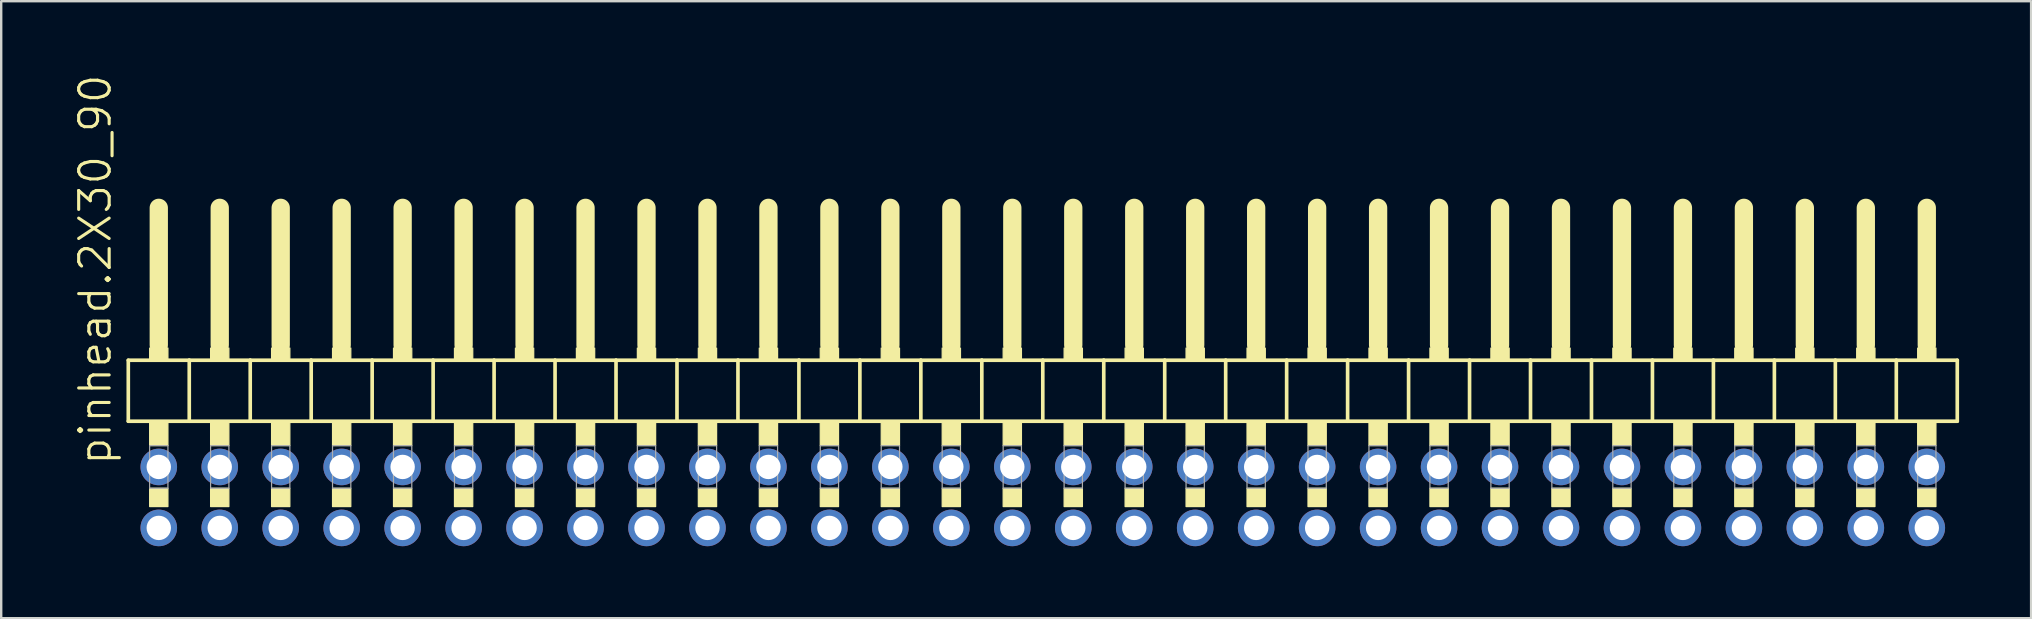
<source format=kicad_pcb>
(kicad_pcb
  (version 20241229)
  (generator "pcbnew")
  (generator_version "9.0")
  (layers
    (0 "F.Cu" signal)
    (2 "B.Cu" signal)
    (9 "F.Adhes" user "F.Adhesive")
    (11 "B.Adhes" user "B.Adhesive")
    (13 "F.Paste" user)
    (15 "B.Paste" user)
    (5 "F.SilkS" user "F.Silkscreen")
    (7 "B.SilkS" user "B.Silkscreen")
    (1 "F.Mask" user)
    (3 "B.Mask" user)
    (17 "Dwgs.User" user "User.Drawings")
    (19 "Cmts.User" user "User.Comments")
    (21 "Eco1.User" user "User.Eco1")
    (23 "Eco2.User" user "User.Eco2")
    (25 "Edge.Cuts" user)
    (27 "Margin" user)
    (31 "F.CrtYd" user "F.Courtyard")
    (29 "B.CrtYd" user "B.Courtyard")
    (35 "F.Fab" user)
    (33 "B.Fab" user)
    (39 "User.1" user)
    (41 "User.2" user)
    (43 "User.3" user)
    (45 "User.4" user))
  (footprint "pinhead.2X30_90"
    (layer "F.Cu")
    (at 40.395 12.594)
    (property "Reference" "pinhead.2X30_90" (at -38.735 3.81 90) (layer "F.SilkS") (effects (font (size 1.27 1.27) (thickness 0.13)) (justify left bottom)))
    (attr through_hole)
    (fp_line (start -38.1 -0.635) (end -38.1 1.905) (stroke (width 0.152) (type default)) (layer "F.SilkS"))
    (fp_line (start -38.1 1.905) (end -35.56 1.905) (stroke (width 0.152) (type default)) (layer "F.SilkS"))
    (fp_line (start -36.83 -6.985) (end -36.83 -1.27) (stroke (width 0.762) (type default)) (layer "F.SilkS"))
    (fp_line (start -35.56 -0.635) (end -38.1 -0.635) (stroke (width 0.152) (type default)) (layer "F.SilkS"))
    (fp_line (start -35.56 1.905) (end -35.56 -0.635) (stroke (width 0.152) (type default)) (layer "F.SilkS"))
    (fp_line (start -35.56 1.905) (end -33.02 1.905) (stroke (width 0.152) (type default)) (layer "F.SilkS"))
    (fp_line (start -34.29 -6.985) (end -34.29 -1.27) (stroke (width 0.762) (type default)) (layer "F.SilkS"))
    (fp_line (start -33.02 -0.635) (end -35.56 -0.635) (stroke (width 0.152) (type default)) (layer "F.SilkS"))
    (fp_line (start -33.02 1.905) (end -33.02 -0.635) (stroke (width 0.152) (type default)) (layer "F.SilkS"))
    (fp_line (start -33.02 1.905) (end -30.48 1.905) (stroke (width 0.152) (type default)) (layer "F.SilkS"))
    (fp_line (start -31.75 -6.985) (end -31.75 -1.27) (stroke (width 0.762) (type default)) (layer "F.SilkS"))
    (fp_line (start -30.48 -0.635) (end -33.02 -0.635) (stroke (width 0.152) (type default)) (layer "F.SilkS"))
    (fp_line (start -30.48 1.905) (end -30.48 -0.635) (stroke (width 0.152) (type default)) (layer "F.SilkS"))
    (fp_line (start -30.48 1.905) (end -27.94 1.905) (stroke (width 0.152) (type default)) (layer "F.SilkS"))
    (fp_line (start -29.21 -6.985) (end -29.21 -1.27) (stroke (width 0.762) (type default)) (layer "F.SilkS"))
    (fp_line (start -27.94 -0.635) (end -30.48 -0.635) (stroke (width 0.152) (type default)) (layer "F.SilkS"))
    (fp_line (start -27.94 1.905) (end -27.94 -0.635) (stroke (width 0.152) (type default)) (layer "F.SilkS"))
    (fp_line (start -27.94 1.905) (end -25.4 1.905) (stroke (width 0.152) (type default)) (layer "F.SilkS"))
    (fp_line (start -26.67 -6.985) (end -26.67 -1.27) (stroke (width 0.762) (type default)) (layer "F.SilkS"))
    (fp_line (start -25.4 -0.635) (end -27.94 -0.635) (stroke (width 0.152) (type default)) (layer "F.SilkS"))
    (fp_line (start -25.4 1.905) (end -25.4 -0.635) (stroke (width 0.152) (type default)) (layer "F.SilkS"))
    (fp_line (start -25.4 1.905) (end -22.86 1.905) (stroke (width 0.152) (type default)) (layer "F.SilkS"))
    (fp_line (start -24.13 -6.985) (end -24.13 -1.27) (stroke (width 0.762) (type default)) (layer "F.SilkS"))
    (fp_line (start -22.86 -0.635) (end -25.4 -0.635) (stroke (width 0.152) (type default)) (layer "F.SilkS"))
    (fp_line (start -22.86 1.905) (end -22.86 -0.635) (stroke (width 0.152) (type default)) (layer "F.SilkS"))
    (fp_line (start -22.86 1.905) (end -20.32 1.905) (stroke (width 0.152) (type default)) (layer "F.SilkS"))
    (fp_line (start -21.59 -6.985) (end -21.59 -1.27) (stroke (width 0.762) (type default)) (layer "F.SilkS"))
    (fp_line (start -20.32 -0.635) (end -22.86 -0.635) (stroke (width 0.152) (type default)) (layer "F.SilkS"))
    (fp_line (start -20.32 1.905) (end -20.32 -0.635) (stroke (width 0.152) (type default)) (layer "F.SilkS"))
    (fp_line (start -20.32 1.905) (end -17.78 1.905) (stroke (width 0.152) (type default)) (layer "F.SilkS"))
    (fp_line (start -19.05 -6.985) (end -19.05 -1.27) (stroke (width 0.762) (type default)) (layer "F.SilkS"))
    (fp_line (start -17.78 -0.635) (end -20.32 -0.635) (stroke (width 0.152) (type default)) (layer "F.SilkS"))
    (fp_line (start -17.78 1.905) (end -17.78 -0.635) (stroke (width 0.152) (type default)) (layer "F.SilkS"))
    (fp_line (start -17.78 1.905) (end -15.24 1.905) (stroke (width 0.152) (type default)) (layer "F.SilkS"))
    (fp_line (start -16.51 -6.985) (end -16.51 -1.27) (stroke (width 0.762) (type default)) (layer "F.SilkS"))
    (fp_line (start -15.24 -0.635) (end -17.78 -0.635) (stroke (width 0.152) (type default)) (layer "F.SilkS"))
    (fp_line (start -15.24 1.905) (end -15.24 -0.635) (stroke (width 0.152) (type default)) (layer "F.SilkS"))
    (fp_line (start -15.24 1.905) (end -12.7 1.905) (stroke (width 0.152) (type default)) (layer "F.SilkS"))
    (fp_line (start -13.97 -6.985) (end -13.97 -1.27) (stroke (width 0.762) (type default)) (layer "F.SilkS"))
    (fp_line (start -12.7 -0.635) (end -15.24 -0.635) (stroke (width 0.152) (type default)) (layer "F.SilkS"))
    (fp_line (start -12.7 1.905) (end -12.7 -0.635) (stroke (width 0.152) (type default)) (layer "F.SilkS"))
    (fp_line (start -12.7 1.905) (end -10.16 1.905) (stroke (width 0.152) (type default)) (layer "F.SilkS"))
    (fp_line (start -11.43 -6.985) (end -11.43 -1.27) (stroke (width 0.762) (type default)) (layer "F.SilkS"))
    (fp_line (start -10.16 -0.635) (end -12.7 -0.635) (stroke (width 0.152) (type default)) (layer "F.SilkS"))
    (fp_line (start -10.16 1.905) (end -10.16 -0.635) (stroke (width 0.152) (type default)) (layer "F.SilkS"))
    (fp_line (start -10.16 1.905) (end -7.62 1.905) (stroke (width 0.152) (type default)) (layer "F.SilkS"))
    (fp_line (start -8.89 -6.985) (end -8.89 -1.27) (stroke (width 0.762) (type default)) (layer "F.SilkS"))
    (fp_line (start -7.62 -0.635) (end -10.16 -0.635) (stroke (width 0.152) (type default)) (layer "F.SilkS"))
    (fp_line (start -7.62 1.905) (end -7.62 -0.635) (stroke (width 0.152) (type default)) (layer "F.SilkS"))
    (fp_line (start -7.62 1.905) (end -5.08 1.905) (stroke (width 0.152) (type default)) (layer "F.SilkS"))
    (fp_line (start -6.35 -6.985) (end -6.35 -1.27) (stroke (width 0.762) (type default)) (layer "F.SilkS"))
    (fp_line (start -5.08 -0.635) (end -7.62 -0.635) (stroke (width 0.152) (type default)) (layer "F.SilkS"))
    (fp_line (start -5.08 1.905) (end -5.08 -0.635) (stroke (width 0.152) (type default)) (layer "F.SilkS"))
    (fp_line (start -5.08 1.905) (end -2.54 1.905) (stroke (width 0.152) (type default)) (layer "F.SilkS"))
    (fp_line (start -3.81 -6.985) (end -3.81 -1.27) (stroke (width 0.762) (type default)) (layer "F.SilkS"))
    (fp_line (start -2.54 -0.635) (end -5.08 -0.635) (stroke (width 0.152) (type default)) (layer "F.SilkS"))
    (fp_line (start -2.54 1.905) (end -2.54 -0.635) (stroke (width 0.152) (type default)) (layer "F.SilkS"))
    (fp_line (start -2.54 1.905) (end 0 1.905) (stroke (width 0.152) (type default)) (layer "F.SilkS"))
    (fp_line (start -1.27 -6.985) (end -1.27 -1.27) (stroke (width 0.762) (type default)) (layer "F.SilkS"))
    (fp_line (start 0 -0.635) (end -2.54 -0.635) (stroke (width 0.152) (type default)) (layer "F.SilkS"))
    (fp_line (start 0 1.905) (end 0 -0.635) (stroke (width 0.152) (type default)) (layer "F.SilkS"))
    (fp_line (start 0 1.905) (end 2.54 1.905) (stroke (width 0.152) (type default)) (layer "F.SilkS"))
    (fp_line (start 1.27 -6.985) (end 1.27 -1.27) (stroke (width 0.762) (type default)) (layer "F.SilkS"))
    (fp_line (start 2.54 -0.635) (end 0 -0.635) (stroke (width 0.152) (type default)) (layer "F.SilkS"))
    (fp_line (start 2.54 1.905) (end 2.54 -0.635) (stroke (width 0.152) (type default)) (layer "F.SilkS"))
    (fp_line (start 2.54 1.905) (end 5.08 1.905) (stroke (width 0.152) (type default)) (layer "F.SilkS"))
    (fp_line (start 3.81 -6.985) (end 3.81 -1.27) (stroke (width 0.762) (type default)) (layer "F.SilkS"))
    (fp_line (start 5.08 -0.635) (end 2.54 -0.635) (stroke (width 0.152) (type default)) (layer "F.SilkS"))
    (fp_line (start 5.08 1.905) (end 5.08 -0.635) (stroke (width 0.152) (type default)) (layer "F.SilkS"))
    (fp_line (start 5.08 1.905) (end 7.62 1.905) (stroke (width 0.152) (type default)) (layer "F.SilkS"))
    (fp_line (start 6.35 -6.985) (end 6.35 -1.27) (stroke (width 0.762) (type default)) (layer "F.SilkS"))
    (fp_line (start 7.62 -0.635) (end 5.08 -0.635) (stroke (width 0.152) (type default)) (layer "F.SilkS"))
    (fp_line (start 7.62 1.905) (end 7.62 -0.635) (stroke (width 0.152) (type default)) (layer "F.SilkS"))
    (fp_line (start 7.62 1.905) (end 10.16 1.905) (stroke (width 0.152) (type default)) (layer "F.SilkS"))
    (fp_line (start 8.89 -6.985) (end 8.89 -1.27) (stroke (width 0.762) (type default)) (layer "F.SilkS"))
    (fp_line (start 10.16 -0.635) (end 7.62 -0.635) (stroke (width 0.152) (type default)) (layer "F.SilkS"))
    (fp_line (start 10.16 1.905) (end 10.16 -0.635) (stroke (width 0.152) (type default)) (layer "F.SilkS"))
    (fp_line (start 10.16 1.905) (end 12.7 1.905) (stroke (width 0.152) (type default)) (layer "F.SilkS"))
    (fp_line (start 11.43 -6.985) (end 11.43 -1.27) (stroke (width 0.762) (type default)) (layer "F.SilkS"))
    (fp_line (start 12.7 -0.635) (end 10.16 -0.635) (stroke (width 0.152) (type default)) (layer "F.SilkS"))
    (fp_line (start 12.7 1.905) (end 12.7 -0.635) (stroke (width 0.152) (type default)) (layer "F.SilkS"))
    (fp_line (start 12.7 1.905) (end 15.24 1.905) (stroke (width 0.152) (type default)) (layer "F.SilkS"))
    (fp_line (start 13.97 -6.985) (end 13.97 -1.27) (stroke (width 0.762) (type default)) (layer "F.SilkS"))
    (fp_line (start 15.24 -0.635) (end 12.7 -0.635) (stroke (width 0.152) (type default)) (layer "F.SilkS"))
    (fp_line (start 15.24 1.905) (end 15.24 -0.635) (stroke (width 0.152) (type default)) (layer "F.SilkS"))
    (fp_line (start 15.24 1.905) (end 17.78 1.905) (stroke (width 0.152) (type default)) (layer "F.SilkS"))
    (fp_line (start 16.51 -6.985) (end 16.51 -1.27) (stroke (width 0.762) (type default)) (layer "F.SilkS"))
    (fp_line (start 17.78 -0.635) (end 15.24 -0.635) (stroke (width 0.152) (type default)) (layer "F.SilkS"))
    (fp_line (start 17.78 1.905) (end 17.78 -0.635) (stroke (width 0.152) (type default)) (layer "F.SilkS"))
    (fp_line (start 17.78 1.905) (end 20.32 1.905) (stroke (width 0.152) (type default)) (layer "F.SilkS"))
    (fp_line (start 19.05 -6.985) (end 19.05 -1.27) (stroke (width 0.762) (type default)) (layer "F.SilkS"))
    (fp_line (start 20.32 -0.635) (end 17.78 -0.635) (stroke (width 0.152) (type default)) (layer "F.SilkS"))
    (fp_line (start 20.32 1.905) (end 20.32 -0.635) (stroke (width 0.152) (type default)) (layer "F.SilkS"))
    (fp_line (start 20.32 1.905) (end 22.86 1.905) (stroke (width 0.152) (type default)) (layer "F.SilkS"))
    (fp_line (start 21.59 -6.985) (end 21.59 -1.27) (stroke (width 0.762) (type default)) (layer "F.SilkS"))
    (fp_line (start 22.86 -0.635) (end 20.32 -0.635) (stroke (width 0.152) (type default)) (layer "F.SilkS"))
    (fp_line (start 22.86 1.905) (end 22.86 -0.635) (stroke (width 0.152) (type default)) (layer "F.SilkS"))
    (fp_line (start 22.86 1.905) (end 25.4 1.905) (stroke (width 0.152) (type default)) (layer "F.SilkS"))
    (fp_line (start 24.13 -6.985) (end 24.13 -1.27) (stroke (width 0.762) (type default)) (layer "F.SilkS"))
    (fp_line (start 25.4 -0.635) (end 22.86 -0.635) (stroke (width 0.152) (type default)) (layer "F.SilkS"))
    (fp_line (start 25.4 1.905) (end 25.4 -0.635) (stroke (width 0.152) (type default)) (layer "F.SilkS"))
    (fp_line (start 25.4 1.905) (end 27.94 1.905) (stroke (width 0.152) (type default)) (layer "F.SilkS"))
    (fp_line (start 26.67 -6.985) (end 26.67 -1.27) (stroke (width 0.762) (type default)) (layer "F.SilkS"))
    (fp_line (start 27.94 -0.635) (end 25.4 -0.635) (stroke (width 0.152) (type default)) (layer "F.SilkS"))
    (fp_line (start 27.94 1.905) (end 27.94 -0.635) (stroke (width 0.152) (type default)) (layer "F.SilkS"))
    (fp_line (start 27.94 1.905) (end 30.48 1.905) (stroke (width 0.152) (type default)) (layer "F.SilkS"))
    (fp_line (start 29.21 -6.985) (end 29.21 -1.27) (stroke (width 0.762) (type default)) (layer "F.SilkS"))
    (fp_line (start 30.48 -0.635) (end 27.94 -0.635) (stroke (width 0.152) (type default)) (layer "F.SilkS"))
    (fp_line (start 30.48 1.905) (end 30.48 -0.635) (stroke (width 0.152) (type default)) (layer "F.SilkS"))
    (fp_line (start 30.48 1.905) (end 33.02 1.905) (stroke (width 0.152) (type default)) (layer "F.SilkS"))
    (fp_line (start 31.75 -6.985) (end 31.75 -1.27) (stroke (width 0.762) (type default)) (layer "F.SilkS"))
    (fp_line (start 33.02 -0.635) (end 30.48 -0.635) (stroke (width 0.152) (type default)) (layer "F.SilkS"))
    (fp_line (start 33.02 1.905) (end 33.02 -0.635) (stroke (width 0.152) (type default)) (layer "F.SilkS"))
    (fp_line (start 33.02 1.905) (end 35.56 1.905) (stroke (width 0.152) (type default)) (layer "F.SilkS"))
    (fp_line (start 34.29 -6.985) (end 34.29 -1.27) (stroke (width 0.762) (type default)) (layer "F.SilkS"))
    (fp_line (start 35.56 -0.635) (end 33.02 -0.635) (stroke (width 0.152) (type default)) (layer "F.SilkS"))
    (fp_line (start 35.56 1.905) (end 35.56 -0.635) (stroke (width 0.152) (type default)) (layer "F.SilkS"))
    (fp_line (start 35.56 1.905) (end 38.1 1.905) (stroke (width 0.152) (type default)) (layer "F.SilkS"))
    (fp_line (start 36.83 -6.985) (end 36.83 -1.27) (stroke (width 0.762) (type default)) (layer "F.SilkS"))
    (fp_line (start 38.1 -0.635) (end 35.56 -0.635) (stroke (width 0.152) (type default)) (layer "F.SilkS"))
    (fp_line (start 38.1 1.905) (end 38.1 -0.635) (stroke (width 0.152) (type default)) (layer "F.SilkS"))
    (fp_rect (start -37.211 -0.635) (end -36.449 -1.143) (stroke (width 0.05) (type default)) (fill yes) (layer "F.SilkS"))
    (fp_rect (start -37.211 2.921) (end -36.449 1.905) (stroke (width 0.05) (type default)) (fill yes) (layer "F.SilkS"))
    (fp_rect (start -37.211 5.461) (end -36.449 4.699) (stroke (width 0.05) (type default)) (fill yes) (layer "F.SilkS"))
    (fp_rect (start -34.671 -0.635) (end -33.909 -1.143) (stroke (width 0.05) (type default)) (fill yes) (layer "F.SilkS"))
    (fp_rect (start -34.671 2.921) (end -33.909 1.905) (stroke (width 0.05) (type default)) (fill yes) (layer "F.SilkS"))
    (fp_rect (start -34.671 5.461) (end -33.909 4.699) (stroke (width 0.05) (type default)) (fill yes) (layer "F.SilkS"))
    (fp_rect (start -32.131 -0.635) (end -31.369 -1.143) (stroke (width 0.05) (type default)) (fill yes) (layer "F.SilkS"))
    (fp_rect (start -32.131 2.921) (end -31.369 1.905) (stroke (width 0.05) (type default)) (fill yes) (layer "F.SilkS"))
    (fp_rect (start -32.131 5.461) (end -31.369 4.699) (stroke (width 0.05) (type default)) (fill yes) (layer "F.SilkS"))
    (fp_rect (start -29.591 -0.635) (end -28.829 -1.143) (stroke (width 0.05) (type default)) (fill yes) (layer "F.SilkS"))
    (fp_rect (start -29.591 2.921) (end -28.829 1.905) (stroke (width 0.05) (type default)) (fill yes) (layer "F.SilkS"))
    (fp_rect (start -29.591 5.461) (end -28.829 4.699) (stroke (width 0.05) (type default)) (fill yes) (layer "F.SilkS"))
    (fp_rect (start -27.051 -0.635) (end -26.289 -1.143) (stroke (width 0.05) (type default)) (fill yes) (layer "F.SilkS"))
    (fp_rect (start -27.051 2.921) (end -26.289 1.905) (stroke (width 0.05) (type default)) (fill yes) (layer "F.SilkS"))
    (fp_rect (start -27.051 5.461) (end -26.289 4.699) (stroke (width 0.05) (type default)) (fill yes) (layer "F.SilkS"))
    (fp_rect (start -24.511 -0.635) (end -23.749 -1.143) (stroke (width 0.05) (type default)) (fill yes) (layer "F.SilkS"))
    (fp_rect (start -24.511 2.921) (end -23.749 1.905) (stroke (width 0.05) (type default)) (fill yes) (layer "F.SilkS"))
    (fp_rect (start -24.511 5.461) (end -23.749 4.699) (stroke (width 0.05) (type default)) (fill yes) (layer "F.SilkS"))
    (fp_rect (start -21.971 -0.635) (end -21.209 -1.143) (stroke (width 0.05) (type default)) (fill yes) (layer "F.SilkS"))
    (fp_rect (start -21.971 2.921) (end -21.209 1.905) (stroke (width 0.05) (type default)) (fill yes) (layer "F.SilkS"))
    (fp_rect (start -21.971 5.461) (end -21.209 4.699) (stroke (width 0.05) (type default)) (fill yes) (layer "F.SilkS"))
    (fp_rect (start -19.431 -0.635) (end -18.669 -1.143) (stroke (width 0.05) (type default)) (fill yes) (layer "F.SilkS"))
    (fp_rect (start -19.431 2.921) (end -18.669 1.905) (stroke (width 0.05) (type default)) (fill yes) (layer "F.SilkS"))
    (fp_rect (start -19.431 5.461) (end -18.669 4.699) (stroke (width 0.05) (type default)) (fill yes) (layer "F.SilkS"))
    (fp_rect (start -16.891 -0.635) (end -16.129 -1.143) (stroke (width 0.05) (type default)) (fill yes) (layer "F.SilkS"))
    (fp_rect (start -16.891 2.921) (end -16.129 1.905) (stroke (width 0.05) (type default)) (fill yes) (layer "F.SilkS"))
    (fp_rect (start -16.891 5.461) (end -16.129 4.699) (stroke (width 0.05) (type default)) (fill yes) (layer "F.SilkS"))
    (fp_rect (start -14.351 -0.635) (end -13.589 -1.143) (stroke (width 0.05) (type default)) (fill yes) (layer "F.SilkS"))
    (fp_rect (start -14.351 2.921) (end -13.589 1.905) (stroke (width 0.05) (type default)) (fill yes) (layer "F.SilkS"))
    (fp_rect (start -14.351 5.461) (end -13.589 4.699) (stroke (width 0.05) (type default)) (fill yes) (layer "F.SilkS"))
    (fp_rect (start -11.811 -0.635) (end -11.049 -1.143) (stroke (width 0.05) (type default)) (fill yes) (layer "F.SilkS"))
    (fp_rect (start -11.811 2.921) (end -11.049 1.905) (stroke (width 0.05) (type default)) (fill yes) (layer "F.SilkS"))
    (fp_rect (start -11.811 5.461) (end -11.049 4.699) (stroke (width 0.05) (type default)) (fill yes) (layer "F.SilkS"))
    (fp_rect (start -9.271 -0.635) (end -8.509 -1.143) (stroke (width 0.05) (type default)) (fill yes) (layer "F.SilkS"))
    (fp_rect (start -9.271 2.921) (end -8.509 1.905) (stroke (width 0.05) (type default)) (fill yes) (layer "F.SilkS"))
    (fp_rect (start -9.271 5.461) (end -8.509 4.699) (stroke (width 0.05) (type default)) (fill yes) (layer "F.SilkS"))
    (fp_rect (start -6.731 -0.635) (end -5.969 -1.143) (stroke (width 0.05) (type default)) (fill yes) (layer "F.SilkS"))
    (fp_rect (start -6.731 2.921) (end -5.969 1.905) (stroke (width 0.05) (type default)) (fill yes) (layer "F.SilkS"))
    (fp_rect (start -6.731 5.461) (end -5.969 4.699) (stroke (width 0.05) (type default)) (fill yes) (layer "F.SilkS"))
    (fp_rect (start -4.191 -0.635) (end -3.429 -1.143) (stroke (width 0.05) (type default)) (fill yes) (layer "F.SilkS"))
    (fp_rect (start -4.191 2.921) (end -3.429 1.905) (stroke (width 0.05) (type default)) (fill yes) (layer "F.SilkS"))
    (fp_rect (start -4.191 5.461) (end -3.429 4.699) (stroke (width 0.05) (type default)) (fill yes) (layer "F.SilkS"))
    (fp_rect (start -1.651 -0.635) (end -0.889 -1.143) (stroke (width 0.05) (type default)) (fill yes) (layer "F.SilkS"))
    (fp_rect (start -1.651 2.921) (end -0.889 1.905) (stroke (width 0.05) (type default)) (fill yes) (layer "F.SilkS"))
    (fp_rect (start -1.651 5.461) (end -0.889 4.699) (stroke (width 0.05) (type default)) (fill yes) (layer "F.SilkS"))
    (fp_rect (start 0.889 -0.635) (end 1.651 -1.143) (stroke (width 0.05) (type default)) (fill yes) (layer "F.SilkS"))
    (fp_rect (start 0.889 2.921) (end 1.651 1.905) (stroke (width 0.05) (type default)) (fill yes) (layer "F.SilkS"))
    (fp_rect (start 0.889 5.461) (end 1.651 4.699) (stroke (width 0.05) (type default)) (fill yes) (layer "F.SilkS"))
    (fp_rect (start 3.429 -0.635) (end 4.191 -1.143) (stroke (width 0.05) (type default)) (fill yes) (layer "F.SilkS"))
    (fp_rect (start 3.429 2.921) (end 4.191 1.905) (stroke (width 0.05) (type default)) (fill yes) (layer "F.SilkS"))
    (fp_rect (start 3.429 5.461) (end 4.191 4.699) (stroke (width 0.05) (type default)) (fill yes) (layer "F.SilkS"))
    (fp_rect (start 5.969 -0.635) (end 6.731 -1.143) (stroke (width 0.05) (type default)) (fill yes) (layer "F.SilkS"))
    (fp_rect (start 5.969 2.921) (end 6.731 1.905) (stroke (width 0.05) (type default)) (fill yes) (layer "F.SilkS"))
    (fp_rect (start 5.969 5.461) (end 6.731 4.699) (stroke (width 0.05) (type default)) (fill yes) (layer "F.SilkS"))
    (fp_rect (start 8.509 -0.635) (end 9.271 -1.143) (stroke (width 0.05) (type default)) (fill yes) (layer "F.SilkS"))
    (fp_rect (start 8.509 2.921) (end 9.271 1.905) (stroke (width 0.05) (type default)) (fill yes) (layer "F.SilkS"))
    (fp_rect (start 8.509 5.461) (end 9.271 4.699) (stroke (width 0.05) (type default)) (fill yes) (layer "F.SilkS"))
    (fp_rect (start 11.049 -0.635) (end 11.811 -1.143) (stroke (width 0.05) (type default)) (fill yes) (layer "F.SilkS"))
    (fp_rect (start 11.049 2.921) (end 11.811 1.905) (stroke (width 0.05) (type default)) (fill yes) (layer "F.SilkS"))
    (fp_rect (start 11.049 5.461) (end 11.811 4.699) (stroke (width 0.05) (type default)) (fill yes) (layer "F.SilkS"))
    (fp_rect (start 13.589 -0.635) (end 14.351 -1.143) (stroke (width 0.05) (type default)) (fill yes) (layer "F.SilkS"))
    (fp_rect (start 13.589 2.921) (end 14.351 1.905) (stroke (width 0.05) (type default)) (fill yes) (layer "F.SilkS"))
    (fp_rect (start 13.589 5.461) (end 14.351 4.699) (stroke (width 0.05) (type default)) (fill yes) (layer "F.SilkS"))
    (fp_rect (start 16.129 -0.635) (end 16.891 -1.143) (stroke (width 0.05) (type default)) (fill yes) (layer "F.SilkS"))
    (fp_rect (start 16.129 2.921) (end 16.891 1.905) (stroke (width 0.05) (type default)) (fill yes) (layer "F.SilkS"))
    (fp_rect (start 16.129 5.461) (end 16.891 4.699) (stroke (width 0.05) (type default)) (fill yes) (layer "F.SilkS"))
    (fp_rect (start 18.669 -0.635) (end 19.431 -1.143) (stroke (width 0.05) (type default)) (fill yes) (layer "F.SilkS"))
    (fp_rect (start 18.669 2.921) (end 19.431 1.905) (stroke (width 0.05) (type default)) (fill yes) (layer "F.SilkS"))
    (fp_rect (start 18.669 5.461) (end 19.431 4.699) (stroke (width 0.05) (type default)) (fill yes) (layer "F.SilkS"))
    (fp_rect (start 21.209 -0.635) (end 21.971 -1.143) (stroke (width 0.05) (type default)) (fill yes) (layer "F.SilkS"))
    (fp_rect (start 21.209 2.921) (end 21.971 1.905) (stroke (width 0.05) (type default)) (fill yes) (layer "F.SilkS"))
    (fp_rect (start 21.209 5.461) (end 21.971 4.699) (stroke (width 0.05) (type default)) (fill yes) (layer "F.SilkS"))
    (fp_rect (start 23.749 -0.635) (end 24.511 -1.143) (stroke (width 0.05) (type default)) (fill yes) (layer "F.SilkS"))
    (fp_rect (start 23.749 2.921) (end 24.511 1.905) (stroke (width 0.05) (type default)) (fill yes) (layer "F.SilkS"))
    (fp_rect (start 23.749 5.461) (end 24.511 4.699) (stroke (width 0.05) (type default)) (fill yes) (layer "F.SilkS"))
    (fp_rect (start 26.289 -0.635) (end 27.051 -1.143) (stroke (width 0.05) (type default)) (fill yes) (layer "F.SilkS"))
    (fp_rect (start 26.289 2.921) (end 27.051 1.905) (stroke (width 0.05) (type default)) (fill yes) (layer "F.SilkS"))
    (fp_rect (start 26.289 5.461) (end 27.051 4.699) (stroke (width 0.05) (type default)) (fill yes) (layer "F.SilkS"))
    (fp_rect (start 28.829 -0.635) (end 29.591 -1.143) (stroke (width 0.05) (type default)) (fill yes) (layer "F.SilkS"))
    (fp_rect (start 28.829 2.921) (end 29.591 1.905) (stroke (width 0.05) (type default)) (fill yes) (layer "F.SilkS"))
    (fp_rect (start 28.829 5.461) (end 29.591 4.699) (stroke (width 0.05) (type default)) (fill yes) (layer "F.SilkS"))
    (fp_rect (start 31.369 -0.635) (end 32.131 -1.143) (stroke (width 0.05) (type default)) (fill yes) (layer "F.SilkS"))
    (fp_rect (start 31.369 2.921) (end 32.131 1.905) (stroke (width 0.05) (type default)) (fill yes) (layer "F.SilkS"))
    (fp_rect (start 31.369 5.461) (end 32.131 4.699) (stroke (width 0.05) (type default)) (fill yes) (layer "F.SilkS"))
    (fp_rect (start 33.909 -0.635) (end 34.671 -1.143) (stroke (width 0.05) (type default)) (fill yes) (layer "F.SilkS"))
    (fp_rect (start 33.909 2.921) (end 34.671 1.905) (stroke (width 0.05) (type default)) (fill yes) (layer "F.SilkS"))
    (fp_rect (start 33.909 5.461) (end 34.671 4.699) (stroke (width 0.05) (type default)) (fill yes) (layer "F.SilkS"))
    (fp_rect (start 36.449 -0.635) (end 37.211 -1.143) (stroke (width 0.05) (type default)) (fill yes) (layer "F.SilkS"))
    (fp_rect (start 36.449 2.921) (end 37.211 1.905) (stroke (width 0.05) (type default)) (fill yes) (layer "F.SilkS"))
    (fp_rect (start 36.449 5.461) (end 37.211 4.699) (stroke (width 0.05) (type default)) (fill yes) (layer "F.SilkS"))
    (fp_rect (start -37.211 4.699) (end -36.449 2.921) (stroke (width 0.05) (type default)) (fill no) (layer "F.Fab"))
    (fp_rect (start -34.671 4.699) (end -33.909 2.921) (stroke (width 0.05) (type default)) (fill no) (layer "F.Fab"))
    (fp_rect (start -32.131 4.699) (end -31.369 2.921) (stroke (width 0.05) (type default)) (fill no) (layer "F.Fab"))
    (fp_rect (start -29.591 4.699) (end -28.829 2.921) (stroke (width 0.05) (type default)) (fill no) (layer "F.Fab"))
    (fp_rect (start -27.051 4.699) (end -26.289 2.921) (stroke (width 0.05) (type default)) (fill no) (layer "F.Fab"))
    (fp_rect (start -24.511 4.699) (end -23.749 2.921) (stroke (width 0.05) (type default)) (fill no) (layer "F.Fab"))
    (fp_rect (start -21.971 4.699) (end -21.209 2.921) (stroke (width 0.05) (type default)) (fill no) (layer "F.Fab"))
    (fp_rect (start -19.431 4.699) (end -18.669 2.921) (stroke (width 0.05) (type default)) (fill no) (layer "F.Fab"))
    (fp_rect (start -16.891 4.699) (end -16.129 2.921) (stroke (width 0.05) (type default)) (fill no) (layer "F.Fab"))
    (fp_rect (start -14.351 4.699) (end -13.589 2.921) (stroke (width 0.05) (type default)) (fill no) (layer "F.Fab"))
    (fp_rect (start -11.811 4.699) (end -11.049 2.921) (stroke (width 0.05) (type default)) (fill no) (layer "F.Fab"))
    (fp_rect (start -9.271 4.699) (end -8.509 2.921) (stroke (width 0.05) (type default)) (fill no) (layer "F.Fab"))
    (fp_rect (start -6.731 4.699) (end -5.969 2.921) (stroke (width 0.05) (type default)) (fill no) (layer "F.Fab"))
    (fp_rect (start -4.191 4.699) (end -3.429 2.921) (stroke (width 0.05) (type default)) (fill no) (layer "F.Fab"))
    (fp_rect (start -1.651 4.699) (end -0.889 2.921) (stroke (width 0.05) (type default)) (fill no) (layer "F.Fab"))
    (fp_rect (start 0.889 4.699) (end 1.651 2.921) (stroke (width 0.05) (type default)) (fill no) (layer "F.Fab"))
    (fp_rect (start 3.429 4.699) (end 4.191 2.921) (stroke (width 0.05) (type default)) (fill no) (layer "F.Fab"))
    (fp_rect (start 5.969 4.699) (end 6.731 2.921) (stroke (width 0.05) (type default)) (fill no) (layer "F.Fab"))
    (fp_rect (start 8.509 4.699) (end 9.271 2.921) (stroke (width 0.05) (type default)) (fill no) (layer "F.Fab"))
    (fp_rect (start 11.049 4.699) (end 11.811 2.921) (stroke (width 0.05) (type default)) (fill no) (layer "F.Fab"))
    (fp_rect (start 13.589 4.699) (end 14.351 2.921) (stroke (width 0.05) (type default)) (fill no) (layer "F.Fab"))
    (fp_rect (start 16.129 4.699) (end 16.891 2.921) (stroke (width 0.05) (type default)) (fill no) (layer "F.Fab"))
    (fp_rect (start 18.669 4.699) (end 19.431 2.921) (stroke (width 0.05) (type default)) (fill no) (layer "F.Fab"))
    (fp_rect (start 21.209 4.699) (end 21.971 2.921) (stroke (width 0.05) (type default)) (fill no) (layer "F.Fab"))
    (fp_rect (start 23.749 4.699) (end 24.511 2.921) (stroke (width 0.05) (type default)) (fill no) (layer "F.Fab"))
    (fp_rect (start 26.289 4.699) (end 27.051 2.921) (stroke (width 0.05) (type default)) (fill no) (layer "F.Fab"))
    (fp_rect (start 28.829 4.699) (end 29.591 2.921) (stroke (width 0.05) (type default)) (fill no) (layer "F.Fab"))
    (fp_rect (start 31.369 4.699) (end 32.131 2.921) (stroke (width 0.05) (type default)) (fill no) (layer "F.Fab"))
    (fp_rect (start 33.909 4.699) (end 34.671 2.921) (stroke (width 0.05) (type default)) (fill no) (layer "F.Fab"))
    (fp_rect (start 36.449 4.699) (end 37.211 2.921) (stroke (width 0.05) (type default)) (fill no) (layer "F.Fab"))
    (pad "1" thru_hole circle (at -36.83 6.35) (size 1.524 1.524) (drill 1.016) (layers "*.Cu" "*.Mask"))
    (pad "2" thru_hole circle (at -36.83 3.81) (size 1.524 1.524) (drill 1.016) (layers "*.Cu" "*.Mask"))
    (pad "3" thru_hole circle (at -34.29 6.35) (size 1.524 1.524) (drill 1.016) (layers "*.Cu" "*.Mask"))
    (pad "4" thru_hole circle (at -34.29 3.81) (size 1.524 1.524) (drill 1.016) (layers "*.Cu" "*.Mask"))
    (pad "5" thru_hole circle (at -31.75 6.35) (size 1.524 1.524) (drill 1.016) (layers "*.Cu" "*.Mask"))
    (pad "6" thru_hole circle (at -31.75 3.81) (size 1.524 1.524) (drill 1.016) (layers "*.Cu" "*.Mask"))
    (pad "7" thru_hole circle (at -29.21 6.35) (size 1.524 1.524) (drill 1.016) (layers "*.Cu" "*.Mask"))
    (pad "8" thru_hole circle (at -29.21 3.81) (size 1.524 1.524) (drill 1.016) (layers "*.Cu" "*.Mask"))
    (pad "9" thru_hole circle (at -26.67 6.35) (size 1.524 1.524) (drill 1.016) (layers "*.Cu" "*.Mask"))
    (pad "10" thru_hole circle (at -26.67 3.81) (size 1.524 1.524) (drill 1.016) (layers "*.Cu" "*.Mask"))
    (pad "11" thru_hole circle (at -24.13 6.35) (size 1.524 1.524) (drill 1.016) (layers "*.Cu" "*.Mask"))
    (pad "12" thru_hole circle (at -24.13 3.81) (size 1.524 1.524) (drill 1.016) (layers "*.Cu" "*.Mask"))
    (pad "13" thru_hole circle (at -21.59 6.35) (size 1.524 1.524) (drill 1.016) (layers "*.Cu" "*.Mask"))
    (pad "14" thru_hole circle (at -21.59 3.81) (size 1.524 1.524) (drill 1.016) (layers "*.Cu" "*.Mask"))
    (pad "15" thru_hole circle (at -19.05 6.35) (size 1.524 1.524) (drill 1.016) (layers "*.Cu" "*.Mask"))
    (pad "16" thru_hole circle (at -19.05 3.81) (size 1.524 1.524) (drill 1.016) (layers "*.Cu" "*.Mask"))
    (pad "17" thru_hole circle (at -16.51 6.35) (size 1.524 1.524) (drill 1.016) (layers "*.Cu" "*.Mask"))
    (pad "18" thru_hole circle (at -16.51 3.81) (size 1.524 1.524) (drill 1.016) (layers "*.Cu" "*.Mask"))
    (pad "19" thru_hole circle (at -13.97 6.35) (size 1.524 1.524) (drill 1.016) (layers "*.Cu" "*.Mask"))
    (pad "20" thru_hole circle (at -13.97 3.81) (size 1.524 1.524) (drill 1.016) (layers "*.Cu" "*.Mask"))
    (pad "21" thru_hole circle (at -11.43 6.35) (size 1.524 1.524) (drill 1.016) (layers "*.Cu" "*.Mask"))
    (pad "22" thru_hole circle (at -11.43 3.81) (size 1.524 1.524) (drill 1.016) (layers "*.Cu" "*.Mask"))
    (pad "23" thru_hole circle (at -8.89 6.35) (size 1.524 1.524) (drill 1.016) (layers "*.Cu" "*.Mask"))
    (pad "24" thru_hole circle (at -8.89 3.81) (size 1.524 1.524) (drill 1.016) (layers "*.Cu" "*.Mask"))
    (pad "25" thru_hole circle (at -6.35 6.35) (size 1.524 1.524) (drill 1.016) (layers "*.Cu" "*.Mask"))
    (pad "26" thru_hole circle (at -6.35 3.81) (size 1.524 1.524) (drill 1.016) (layers "*.Cu" "*.Mask"))
    (pad "27" thru_hole circle (at -3.81 6.35) (size 1.524 1.524) (drill 1.016) (layers "*.Cu" "*.Mask"))
    (pad "28" thru_hole circle (at -3.81 3.81) (size 1.524 1.524) (drill 1.016) (layers "*.Cu" "*.Mask"))
    (pad "29" thru_hole circle (at -1.27 6.35) (size 1.524 1.524) (drill 1.016) (layers "*.Cu" "*.Mask"))
    (pad "30" thru_hole circle (at -1.27 3.81) (size 1.524 1.524) (drill 1.016) (layers "*.Cu" "*.Mask"))
    (pad "31" thru_hole circle (at 1.27 6.35) (size 1.524 1.524) (drill 1.016) (layers "*.Cu" "*.Mask"))
    (pad "32" thru_hole circle (at 1.27 3.81) (size 1.524 1.524) (drill 1.016) (layers "*.Cu" "*.Mask"))
    (pad "33" thru_hole circle (at 3.81 6.35) (size 1.524 1.524) (drill 1.016) (layers "*.Cu" "*.Mask"))
    (pad "34" thru_hole circle (at 3.81 3.81) (size 1.524 1.524) (drill 1.016) (layers "*.Cu" "*.Mask"))
    (pad "35" thru_hole circle (at 6.35 6.35) (size 1.524 1.524) (drill 1.016) (layers "*.Cu" "*.Mask"))
    (pad "36" thru_hole circle (at 6.35 3.81) (size 1.524 1.524) (drill 1.016) (layers "*.Cu" "*.Mask"))
    (pad "37" thru_hole circle (at 8.89 6.35) (size 1.524 1.524) (drill 1.016) (layers "*.Cu" "*.Mask"))
    (pad "38" thru_hole circle (at 8.89 3.81) (size 1.524 1.524) (drill 1.016) (layers "*.Cu" "*.Mask"))
    (pad "39" thru_hole circle (at 11.43 6.35) (size 1.524 1.524) (drill 1.016) (layers "*.Cu" "*.Mask"))
    (pad "40" thru_hole circle (at 11.43 3.81) (size 1.524 1.524) (drill 1.016) (layers "*.Cu" "*.Mask"))
    (pad "41" thru_hole circle (at 13.97 3.81) (size 1.524 1.524) (drill 1.016) (layers "*.Cu" "*.Mask"))
    (pad "42" thru_hole circle (at 13.97 6.35) (size 1.524 1.524) (drill 1.016) (layers "*.Cu" "*.Mask"))
    (pad "43" thru_hole circle (at 16.51 3.81) (size 1.524 1.524) (drill 1.016) (layers "*.Cu" "*.Mask"))
    (pad "44" thru_hole circle (at 16.51 6.35) (size 1.524 1.524) (drill 1.016) (layers "*.Cu" "*.Mask"))
    (pad "45" thru_hole circle (at 19.05 3.81) (size 1.524 1.524) (drill 1.016) (layers "*.Cu" "*.Mask"))
    (pad "46" thru_hole circle (at 19.05 6.35) (size 1.524 1.524) (drill 1.016) (layers "*.Cu" "*.Mask"))
    (pad "47" thru_hole circle (at 21.59 3.81) (size 1.524 1.524) (drill 1.016) (layers "*.Cu" "*.Mask"))
    (pad "48" thru_hole circle (at 21.59 6.35) (size 1.524 1.524) (drill 1.016) (layers "*.Cu" "*.Mask"))
    (pad "49" thru_hole circle (at 24.13 3.81) (size 1.524 1.524) (drill 1.016) (layers "*.Cu" "*.Mask"))
    (pad "50" thru_hole circle (at 24.13 6.35) (size 1.524 1.524) (drill 1.016) (layers "*.Cu" "*.Mask"))
    (pad "51" thru_hole circle (at 26.67 3.81) (size 1.524 1.524) (drill 1.016) (layers "*.Cu" "*.Mask"))
    (pad "52" thru_hole circle (at 26.67 6.35) (size 1.524 1.524) (drill 1.016) (layers "*.Cu" "*.Mask"))
    (pad "53" thru_hole circle (at 29.21 3.81) (size 1.524 1.524) (drill 1.016) (layers "*.Cu" "*.Mask"))
    (pad "54" thru_hole circle (at 29.21 6.35) (size 1.524 1.524) (drill 1.016) (layers "*.Cu" "*.Mask"))
    (pad "55" thru_hole circle (at 31.75 3.81) (size 1.524 1.524) (drill 1.016) (layers "*.Cu" "*.Mask"))
    (pad "56" thru_hole circle (at 31.75 6.35) (size 1.524 1.524) (drill 1.016) (layers "*.Cu" "*.Mask"))
    (pad "57" thru_hole circle (at 34.29 3.81) (size 1.524 1.524) (drill 1.016) (layers "*.Cu" "*.Mask"))
    (pad "58" thru_hole circle (at 34.29 6.35) (size 1.524 1.524) (drill 1.016) (layers "*.Cu" "*.Mask"))
    (pad "59" thru_hole circle (at 36.83 3.81) (size 1.524 1.524) (drill 1.016) (layers "*.Cu" "*.Mask"))
    (pad "60" thru_hole circle (at 36.83 6.35) (size 1.524 1.524) (drill 1.016) (layers "*.Cu" "*.Mask")))
  (gr_rect
    (start -3 -3)
    (end 81.571 22.706)
    (stroke (width 0.1) (type default))
    (fill no)
    (layer "Edge.Cuts")))
</source>
